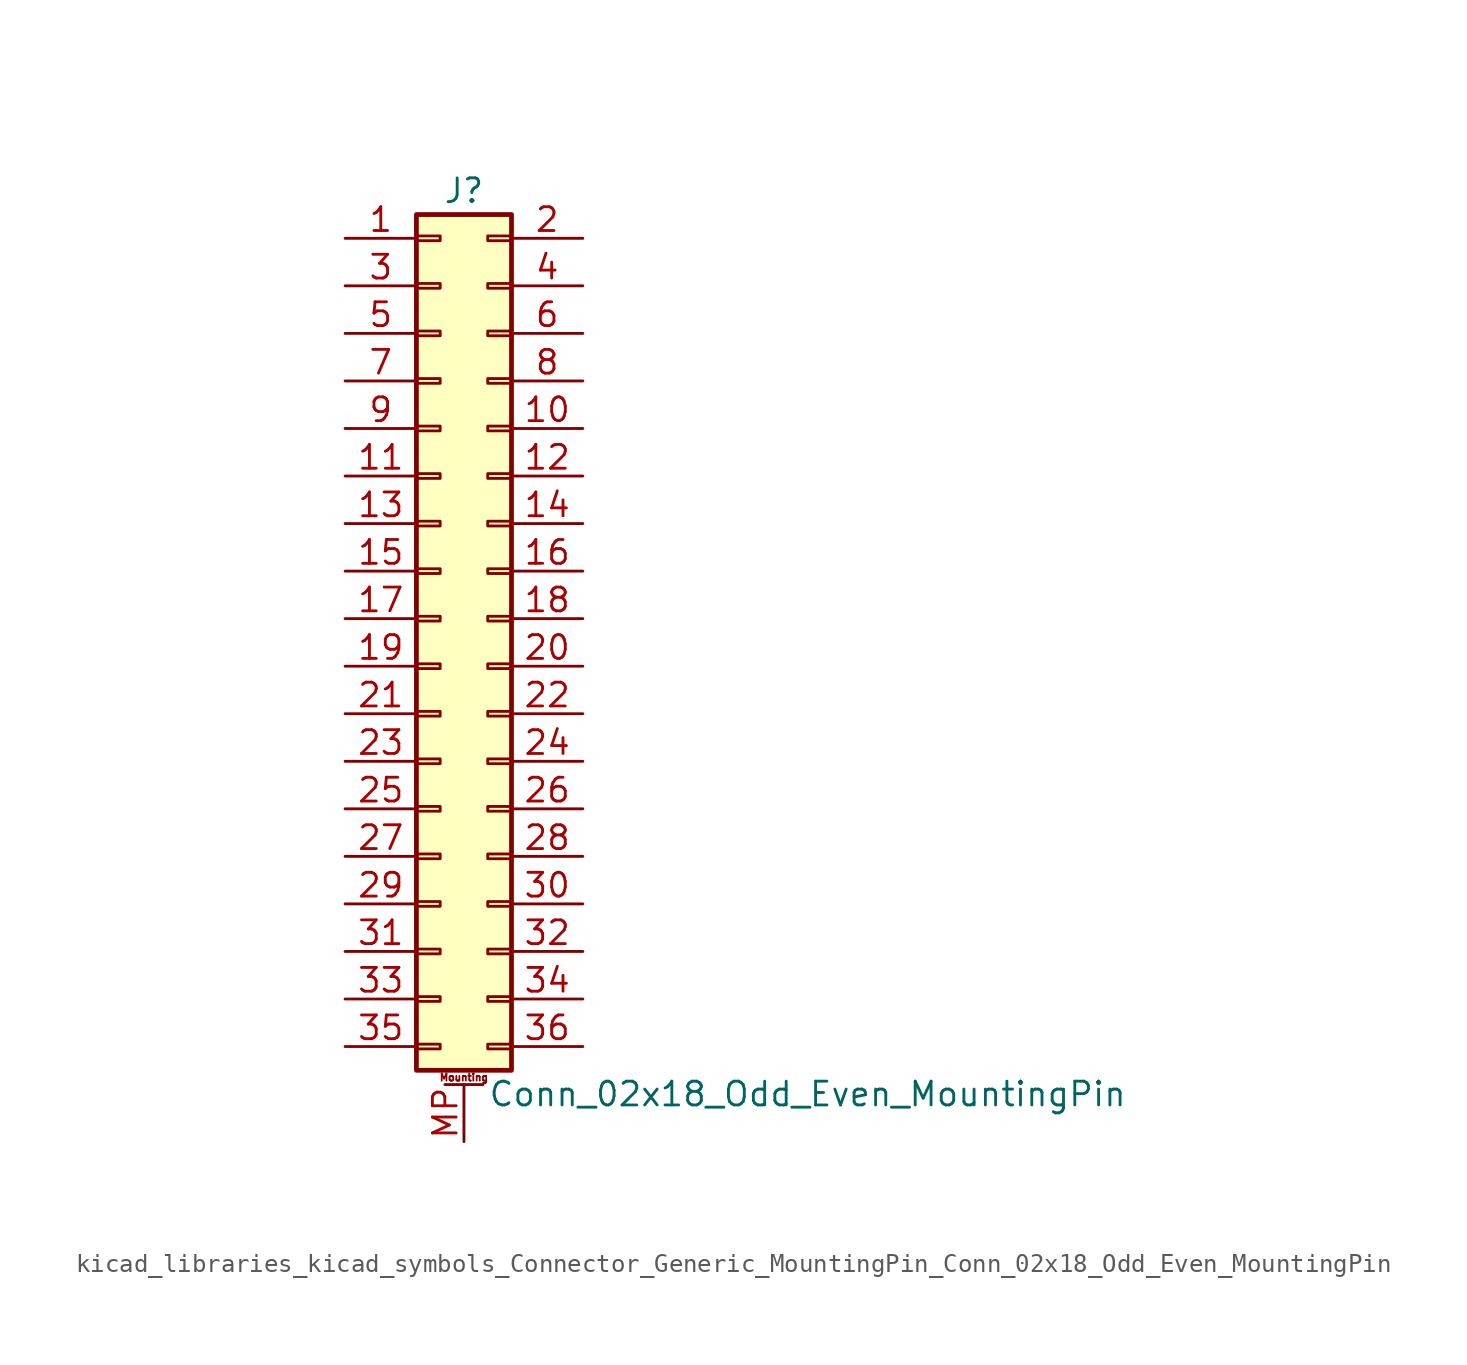
<source format=kicad_sym>
(kicad_symbol_lib
  (version 20220914)
  (generator kicad_symbol_editor)
  (symbol "kicad_libraries_kicad_symbols_Connector_Generic_MountingPin_Conn_02x18_Odd_Even_MountingPin"
    (pin_names
      (offset 1.016) hide)
    (property "Reference" "J"
      (at 1.27 22.86 0)
      (effects (font (size 1.27 1.27))))
    (property "Value" "Conn_02x18_Odd_Even_MountingPin"
      (at 2.54 -25.4 0)
      (effects (font (size 1.27 1.27)) (justify left)))
    (symbol "kicad_libraries_kicad_symbols_Connector_Generic_MountingPin_Conn_02x18_Odd_Even_MountingPin_1_1"
      (rectangle (start -1.27 -22.733) (end 0 -22.987) (stroke (width 0.152) (type default)) (fill (type none)))
      (rectangle (start -1.27 -20.193) (end 0 -20.447) (stroke (width 0.152) (type default)) (fill (type none)))
      (rectangle (start -1.27 -17.653) (end 0 -17.907) (stroke (width 0.152) (type default)) (fill (type none)))
      (rectangle (start -1.27 -15.113) (end 0 -15.367) (stroke (width 0.152) (type default)) (fill (type none)))
      (rectangle (start -1.27 -12.573) (end 0 -12.827) (stroke (width 0.152) (type default)) (fill (type none)))
      (rectangle (start -1.27 -10.033) (end 0 -10.287) (stroke (width 0.152) (type default)) (fill (type none)))
      (rectangle (start -1.27 -7.493) (end 0 -7.747) (stroke (width 0.152) (type default)) (fill (type none)))
      (rectangle (start -1.27 -4.953) (end 0 -5.207) (stroke (width 0.152) (type default)) (fill (type none)))
      (rectangle (start -1.27 -2.413) (end 0 -2.667) (stroke (width 0.152) (type default)) (fill (type none)))
      (rectangle (start -1.27 0.127) (end 0 -0.127) (stroke (width 0.152) (type default)) (fill (type none)))
      (rectangle (start -1.27 2.667) (end 0 2.413) (stroke (width 0.152) (type default)) (fill (type none)))
      (rectangle (start -1.27 5.207) (end 0 4.953) (stroke (width 0.152) (type default)) (fill (type none)))
      (rectangle (start -1.27 7.747) (end 0 7.493) (stroke (width 0.152) (type default)) (fill (type none)))
      (rectangle (start -1.27 10.287) (end 0 10.033) (stroke (width 0.152) (type default)) (fill (type none)))
      (rectangle (start -1.27 12.827) (end 0 12.573) (stroke (width 0.152) (type default)) (fill (type none)))
      (rectangle (start -1.27 15.367) (end 0 15.113) (stroke (width 0.152) (type default)) (fill (type none)))
      (rectangle (start -1.27 17.907) (end 0 17.653) (stroke (width 0.152) (type default)) (fill (type none)))
      (rectangle (start -1.27 20.447) (end 0 20.193) (stroke (width 0.152) (type default)) (fill (type none)))
      (rectangle (start -1.27 21.59) (end 3.81 -24.13) (stroke (width 0.254) (type default)) (fill (type background)))
      (polyline (pts (xy 0.254 -24.892) (xy 2.286 -24.892)) (stroke (width 0.152) (type default)) (fill (type none)))
      (rectangle (start 3.81 -22.733) (end 2.54 -22.987) (stroke (width 0.152) (type default)) (fill (type none)))
      (rectangle (start 3.81 -20.193) (end 2.54 -20.447) (stroke (width 0.152) (type default)) (fill (type none)))
      (rectangle (start 3.81 -17.653) (end 2.54 -17.907) (stroke (width 0.152) (type default)) (fill (type none)))
      (rectangle (start 3.81 -15.113) (end 2.54 -15.367) (stroke (width 0.152) (type default)) (fill (type none)))
      (rectangle (start 3.81 -12.573) (end 2.54 -12.827) (stroke (width 0.152) (type default)) (fill (type none)))
      (rectangle (start 3.81 -10.033) (end 2.54 -10.287) (stroke (width 0.152) (type default)) (fill (type none)))
      (rectangle (start 3.81 -7.493) (end 2.54 -7.747) (stroke (width 0.152) (type default)) (fill (type none)))
      (rectangle (start 3.81 -4.953) (end 2.54 -5.207) (stroke (width 0.152) (type default)) (fill (type none)))
      (rectangle (start 3.81 -2.413) (end 2.54 -2.667) (stroke (width 0.152) (type default)) (fill (type none)))
      (rectangle (start 3.81 0.127) (end 2.54 -0.127) (stroke (width 0.152) (type default)) (fill (type none)))
      (rectangle (start 3.81 2.667) (end 2.54 2.413) (stroke (width 0.152) (type default)) (fill (type none)))
      (rectangle (start 3.81 5.207) (end 2.54 4.953) (stroke (width 0.152) (type default)) (fill (type none)))
      (rectangle (start 3.81 7.747) (end 2.54 7.493) (stroke (width 0.152) (type default)) (fill (type none)))
      (rectangle (start 3.81 10.287) (end 2.54 10.033) (stroke (width 0.152) (type default)) (fill (type none)))
      (rectangle (start 3.81 12.827) (end 2.54 12.573) (stroke (width 0.152) (type default)) (fill (type none)))
      (rectangle (start 3.81 15.367) (end 2.54 15.113) (stroke (width 0.152) (type default)) (fill (type none)))
      (rectangle (start 3.81 17.907) (end 2.54 17.653) (stroke (width 0.152) (type default)) (fill (type none)))
      (rectangle (start 3.81 20.447) (end 2.54 20.193) (stroke (width 0.152) (type default)) (fill (type none)))
      (text "Mounting" (at 1.27 -24.511 0) (effects (font (size 0.381 0.381))))
      (pin passive line (at -5.08 20.32 0) (length 3.81) (name "Pin_1" (effects (font (size 1.27 1.27)))) (number "1" (effects (font (size 1.27 1.27)))))
      (pin passive line (at 7.62 10.16 180) (length 3.81) (name "Pin_10" (effects (font (size 1.27 1.27)))) (number "10" (effects (font (size 1.27 1.27)))))
      (pin passive line (at -5.08 7.62 0) (length 3.81) (name "Pin_11" (effects (font (size 1.27 1.27)))) (number "11" (effects (font (size 1.27 1.27)))))
      (pin passive line (at 7.62 7.62 180) (length 3.81) (name "Pin_12" (effects (font (size 1.27 1.27)))) (number "12" (effects (font (size 1.27 1.27)))))
      (pin passive line (at -5.08 5.08 0) (length 3.81) (name "Pin_13" (effects (font (size 1.27 1.27)))) (number "13" (effects (font (size 1.27 1.27)))))
      (pin passive line (at 7.62 5.08 180) (length 3.81) (name "Pin_14" (effects (font (size 1.27 1.27)))) (number "14" (effects (font (size 1.27 1.27)))))
      (pin passive line (at -5.08 2.54 0) (length 3.81) (name "Pin_15" (effects (font (size 1.27 1.27)))) (number "15" (effects (font (size 1.27 1.27)))))
      (pin passive line (at 7.62 2.54 180) (length 3.81) (name "Pin_16" (effects (font (size 1.27 1.27)))) (number "16" (effects (font (size 1.27 1.27)))))
      (pin passive line (at -5.08 0 0) (length 3.81) (name "Pin_17" (effects (font (size 1.27 1.27)))) (number "17" (effects (font (size 1.27 1.27)))))
      (pin passive line (at 7.62 0 180) (length 3.81) (name "Pin_18" (effects (font (size 1.27 1.27)))) (number "18" (effects (font (size 1.27 1.27)))))
      (pin passive line (at -5.08 -2.54 0) (length 3.81) (name "Pin_19" (effects (font (size 1.27 1.27)))) (number "19" (effects (font (size 1.27 1.27)))))
      (pin passive line (at 7.62 20.32 180) (length 3.81) (name "Pin_2" (effects (font (size 1.27 1.27)))) (number "2" (effects (font (size 1.27 1.27)))))
      (pin passive line (at 7.62 -2.54 180) (length 3.81) (name "Pin_20" (effects (font (size 1.27 1.27)))) (number "20" (effects (font (size 1.27 1.27)))))
      (pin passive line (at -5.08 -5.08 0) (length 3.81) (name "Pin_21" (effects (font (size 1.27 1.27)))) (number "21" (effects (font (size 1.27 1.27)))))
      (pin passive line (at 7.62 -5.08 180) (length 3.81) (name "Pin_22" (effects (font (size 1.27 1.27)))) (number "22" (effects (font (size 1.27 1.27)))))
      (pin passive line (at -5.08 -7.62 0) (length 3.81) (name "Pin_23" (effects (font (size 1.27 1.27)))) (number "23" (effects (font (size 1.27 1.27)))))
      (pin passive line (at 7.62 -7.62 180) (length 3.81) (name "Pin_24" (effects (font (size 1.27 1.27)))) (number "24" (effects (font (size 1.27 1.27)))))
      (pin passive line (at -5.08 -10.16 0) (length 3.81) (name "Pin_25" (effects (font (size 1.27 1.27)))) (number "25" (effects (font (size 1.27 1.27)))))
      (pin passive line (at 7.62 -10.16 180) (length 3.81) (name "Pin_26" (effects (font (size 1.27 1.27)))) (number "26" (effects (font (size 1.27 1.27)))))
      (pin passive line (at -5.08 -12.7 0) (length 3.81) (name "Pin_27" (effects (font (size 1.27 1.27)))) (number "27" (effects (font (size 1.27 1.27)))))
      (pin passive line (at 7.62 -12.7 180) (length 3.81) (name "Pin_28" (effects (font (size 1.27 1.27)))) (number "28" (effects (font (size 1.27 1.27)))))
      (pin passive line (at -5.08 -15.24 0) (length 3.81) (name "Pin_29" (effects (font (size 1.27 1.27)))) (number "29" (effects (font (size 1.27 1.27)))))
      (pin passive line (at -5.08 17.78 0) (length 3.81) (name "Pin_3" (effects (font (size 1.27 1.27)))) (number "3" (effects (font (size 1.27 1.27)))))
      (pin passive line (at 7.62 -15.24 180) (length 3.81) (name "Pin_30" (effects (font (size 1.27 1.27)))) (number "30" (effects (font (size 1.27 1.27)))))
      (pin passive line (at -5.08 -17.78 0) (length 3.81) (name "Pin_31" (effects (font (size 1.27 1.27)))) (number "31" (effects (font (size 1.27 1.27)))))
      (pin passive line (at 7.62 -17.78 180) (length 3.81) (name "Pin_32" (effects (font (size 1.27 1.27)))) (number "32" (effects (font (size 1.27 1.27)))))
      (pin passive line (at -5.08 -20.32 0) (length 3.81) (name "Pin_33" (effects (font (size 1.27 1.27)))) (number "33" (effects (font (size 1.27 1.27)))))
      (pin passive line (at 7.62 -20.32 180) (length 3.81) (name "Pin_34" (effects (font (size 1.27 1.27)))) (number "34" (effects (font (size 1.27 1.27)))))
      (pin passive line (at -5.08 -22.86 0) (length 3.81) (name "Pin_35" (effects (font (size 1.27 1.27)))) (number "35" (effects (font (size 1.27 1.27)))))
      (pin passive line (at 7.62 -22.86 180) (length 3.81) (name "Pin_36" (effects (font (size 1.27 1.27)))) (number "36" (effects (font (size 1.27 1.27)))))
      (pin passive line (at 7.62 17.78 180) (length 3.81) (name "Pin_4" (effects (font (size 1.27 1.27)))) (number "4" (effects (font (size 1.27 1.27)))))
      (pin passive line (at -5.08 15.24 0) (length 3.81) (name "Pin_5" (effects (font (size 1.27 1.27)))) (number "5" (effects (font (size 1.27 1.27)))))
      (pin passive line (at 7.62 15.24 180) (length 3.81) (name "Pin_6" (effects (font (size 1.27 1.27)))) (number "6" (effects (font (size 1.27 1.27)))))
      (pin passive line (at -5.08 12.7 0) (length 3.81) (name "Pin_7" (effects (font (size 1.27 1.27)))) (number "7" (effects (font (size 1.27 1.27)))))
      (pin passive line (at 7.62 12.7 180) (length 3.81) (name "Pin_8" (effects (font (size 1.27 1.27)))) (number "8" (effects (font (size 1.27 1.27)))))
      (pin passive line (at -5.08 10.16 0) (length 3.81) (name "Pin_9" (effects (font (size 1.27 1.27)))) (number "9" (effects (font (size 1.27 1.27)))))
      (pin passive line (at 1.27 -27.94 90) (length 3.048) (name "MountPin" (effects (font (size 1.27 1.27)))) (number "MP" (effects (font (size 1.27 1.27))))))))
</source>
